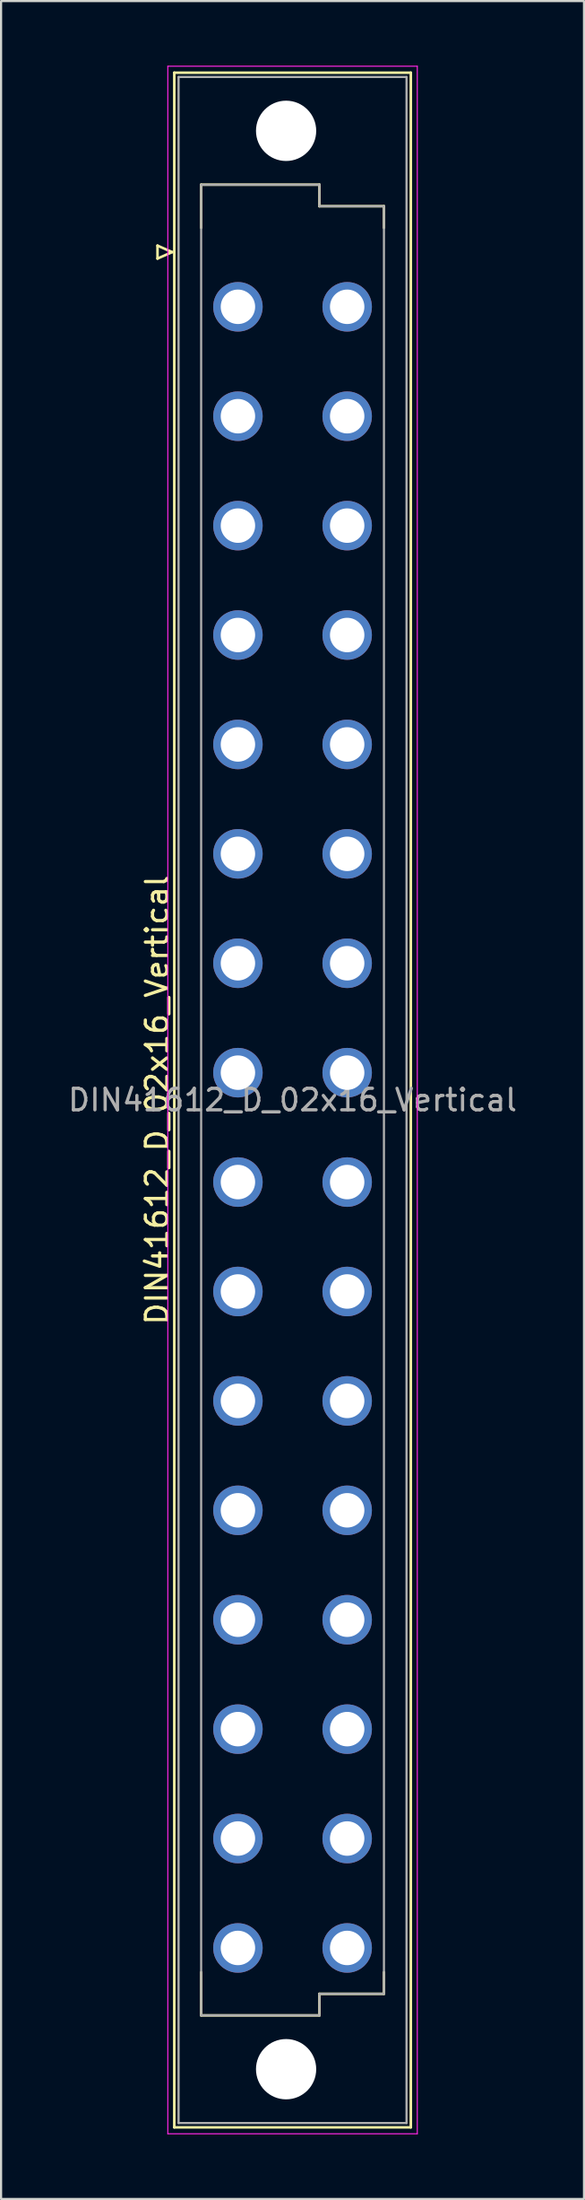
<source format=kicad_pcb>
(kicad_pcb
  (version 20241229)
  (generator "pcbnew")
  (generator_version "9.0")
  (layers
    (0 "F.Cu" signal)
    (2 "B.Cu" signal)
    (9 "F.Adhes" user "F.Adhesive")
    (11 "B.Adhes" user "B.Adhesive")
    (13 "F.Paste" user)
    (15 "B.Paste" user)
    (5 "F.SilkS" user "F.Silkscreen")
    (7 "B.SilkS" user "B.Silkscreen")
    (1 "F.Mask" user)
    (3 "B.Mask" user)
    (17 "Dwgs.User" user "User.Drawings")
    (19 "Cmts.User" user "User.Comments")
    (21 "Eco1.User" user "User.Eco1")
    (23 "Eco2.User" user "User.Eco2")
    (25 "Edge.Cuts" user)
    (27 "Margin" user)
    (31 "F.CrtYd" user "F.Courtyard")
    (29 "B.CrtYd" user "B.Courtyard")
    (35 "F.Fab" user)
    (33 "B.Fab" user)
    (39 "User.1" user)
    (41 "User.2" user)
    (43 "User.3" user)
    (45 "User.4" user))
  (footprint "DIN41612_D_02x16_Vertical"
    (layer "F.Cu")
    (at 8.014 8.655)
    (property "Reference" "DIN41612_D_02x16_Vertical" (at -3.76 39.37 90) (layer "F.SilkS") (effects (font (size 1 1) (thickness 0.15))))
    (attr through_hole)
    (fp_line (start -3.74 -0.3) (end -3.74 0.3) (stroke (width 0.12) (type solid)) (layer "F.SilkS"))
    (fp_line (start -3.74 0.3) (end -3.06 0) (stroke (width 0.12) (type solid)) (layer "F.SilkS"))
    (fp_line (start -3.06 0) (end -3.74 -0.3) (stroke (width 0.12) (type solid)) (layer "F.SilkS"))
    (fp_line (start -2.96 -8.33) (end 8.04 -8.33) (stroke (width 0.12) (type solid)) (layer "F.SilkS"))
    (fp_line (start -2.96 87.07) (end -2.96 -8.33) (stroke (width 0.12) (type solid)) (layer "F.SilkS"))
    (fp_line (start -1.71 -3.13) (end 3.79 -3.13) (stroke (width 0.12) (type solid)) (layer "F.SilkS"))
    (fp_line (start -1.71 -1.13) (end -1.71 -3.13) (stroke (width 0.12) (type solid)) (layer "F.SilkS"))
    (fp_line (start -1.71 79.87) (end -1.71 81.87) (stroke (width 0.12) (type solid)) (layer "F.SilkS"))
    (fp_line (start -1.71 81.87) (end 3.79 81.87) (stroke (width 0.12) (type solid)) (layer "F.SilkS"))
    (fp_line (start 3.79 -3.13) (end 3.79 -2.13) (stroke (width 0.12) (type solid)) (layer "F.SilkS"))
    (fp_line (start 3.79 -2.13) (end 6.79 -2.13) (stroke (width 0.12) (type solid)) (layer "F.SilkS"))
    (fp_line (start 3.79 80.87) (end 6.79 80.87) (stroke (width 0.12) (type solid)) (layer "F.SilkS"))
    (fp_line (start 3.79 81.87) (end 3.79 80.87) (stroke (width 0.12) (type solid)) (layer "F.SilkS"))
    (fp_line (start 6.79 -2.13) (end 6.79 -1.13) (stroke (width 0.12) (type solid)) (layer "F.SilkS"))
    (fp_line (start 6.79 80.87) (end 6.79 79.87) (stroke (width 0.12) (type solid)) (layer "F.SilkS"))
    (fp_line (start 8.04 -8.33) (end 8.04 87.07) (stroke (width 0.12) (type solid)) (layer "F.SilkS"))
    (fp_line (start 8.04 87.07) (end -2.96 87.07) (stroke (width 0.12) (type solid)) (layer "F.SilkS"))
    (fp_line (start -3.26 -8.63) (end 8.34 -8.63) (stroke (width 0.05) (type solid)) (layer "F.CrtYd"))
    (fp_line (start -3.26 87.37) (end -3.26 -8.63) (stroke (width 0.05) (type solid)) (layer "F.CrtYd"))
    (fp_line (start 8.34 -8.63) (end 8.34 87.37) (stroke (width 0.05) (type solid)) (layer "F.CrtYd"))
    (fp_line (start 8.34 87.37) (end -3.26 87.37) (stroke (width 0.05) (type solid)) (layer "F.CrtYd"))
    (fp_line (start -2.76 -8.13) (end 7.84 -8.13) (stroke (width 0.1) (type solid)) (layer "F.Fab"))
    (fp_line (start -2.76 86.87) (end -2.76 -8.13) (stroke (width 0.1) (type solid)) (layer "F.Fab"))
    (fp_line (start -1.71 -3.13) (end 3.79 -3.13) (stroke (width 0.1) (type solid)) (layer "F.Fab"))
    (fp_line (start -1.71 81.87) (end -1.71 -3.13) (stroke (width 0.1) (type solid)) (layer "F.Fab"))
    (fp_line (start 3.79 -3.13) (end 3.79 -2.13) (stroke (width 0.1) (type solid)) (layer "F.Fab"))
    (fp_line (start 3.79 -2.13) (end 6.79 -2.13) (stroke (width 0.1) (type solid)) (layer "F.Fab"))
    (fp_line (start 3.79 80.87) (end 3.79 81.87) (stroke (width 0.1) (type solid)) (layer "F.Fab"))
    (fp_line (start 3.79 81.87) (end -1.71 81.87) (stroke (width 0.1) (type solid)) (layer "F.Fab"))
    (fp_line (start 6.79 -2.13) (end 6.79 80.87) (stroke (width 0.1) (type solid)) (layer "F.Fab"))
    (fp_line (start 6.79 80.87) (end 3.79 80.87) (stroke (width 0.1) (type solid)) (layer "F.Fab"))
    (fp_line (start 7.84 -8.13) (end 7.84 86.87) (stroke (width 0.1) (type solid)) (layer "F.Fab"))
    (fp_line (start 7.84 86.87) (end -2.76 86.87) (stroke (width 0.1) (type solid)) (layer "F.Fab"))
    (fp_text user "${REFERENCE}" (at 2.54 39.37 0) (layer "F.Fab") (effects (font (size 1 1) (thickness 0.15))))
    (pad "" np_thru_hole circle (at 2.24 -5.63) (size 2.8 2.8) (drill 2.8) (layers "*.Cu" "*.Mask"))
    (pad "" np_thru_hole circle (at 2.24 84.37) (size 2.8 2.8) (drill 2.8) (layers "*.Cu" "*.Mask"))
    (pad "a2" thru_hole circle (at 0 2.54) (size 2.3 2.3) (drill 1.6) (layers "*.Cu" "*.Mask"))
    (pad "a4" thru_hole circle (at 0 7.62) (size 2.3 2.3) (drill 1.6) (layers "*.Cu" "*.Mask"))
    (pad "a6" thru_hole circle (at 0 12.7) (size 2.3 2.3) (drill 1.6) (layers "*.Cu" "*.Mask"))
    (pad "a8" thru_hole circle (at 0 17.78) (size 2.3 2.3) (drill 1.6) (layers "*.Cu" "*.Mask"))
    (pad "a10" thru_hole circle (at 0 22.86) (size 2.3 2.3) (drill 1.6) (layers "*.Cu" "*.Mask"))
    (pad "a12" thru_hole circle (at 0 27.94) (size 2.3 2.3) (drill 1.6) (layers "*.Cu" "*.Mask"))
    (pad "a14" thru_hole circle (at 0 33.02) (size 2.3 2.3) (drill 1.6) (layers "*.Cu" "*.Mask"))
    (pad "a16" thru_hole circle (at 0 38.1) (size 2.3 2.3) (drill 1.6) (layers "*.Cu" "*.Mask"))
    (pad "a18" thru_hole circle (at 0 43.18) (size 2.3 2.3) (drill 1.6) (layers "*.Cu" "*.Mask"))
    (pad "a20" thru_hole circle (at 0 48.26) (size 2.3 2.3) (drill 1.6) (layers "*.Cu" "*.Mask"))
    (pad "a22" thru_hole circle (at 0 53.34) (size 2.3 2.3) (drill 1.6) (layers "*.Cu" "*.Mask"))
    (pad "a24" thru_hole circle (at 0 58.42) (size 2.3 2.3) (drill 1.6) (layers "*.Cu" "*.Mask"))
    (pad "a26" thru_hole circle (at 0 63.5) (size 2.3 2.3) (drill 1.6) (layers "*.Cu" "*.Mask"))
    (pad "a28" thru_hole circle (at 0 68.58) (size 2.3 2.3) (drill 1.6) (layers "*.Cu" "*.Mask"))
    (pad "a30" thru_hole circle (at 0 73.66) (size 2.3 2.3) (drill 1.6) (layers "*.Cu" "*.Mask"))
    (pad "a32" thru_hole circle (at 0 78.74) (size 2.3 2.3) (drill 1.6) (layers "*.Cu" "*.Mask"))
    (pad "c2" thru_hole circle (at 5.08 2.54) (size 2.3 2.3) (drill 1.6) (layers "*.Cu" "*.Mask"))
    (pad "c4" thru_hole circle (at 5.08 7.62) (size 2.3 2.3) (drill 1.6) (layers "*.Cu" "*.Mask"))
    (pad "c6" thru_hole circle (at 5.08 12.7) (size 2.3 2.3) (drill 1.6) (layers "*.Cu" "*.Mask"))
    (pad "c8" thru_hole circle (at 5.08 17.78) (size 2.3 2.3) (drill 1.6) (layers "*.Cu" "*.Mask"))
    (pad "c10" thru_hole circle (at 5.08 22.86) (size 2.3 2.3) (drill 1.6) (layers "*.Cu" "*.Mask"))
    (pad "c12" thru_hole circle (at 5.08 27.94) (size 2.3 2.3) (drill 1.6) (layers "*.Cu" "*.Mask"))
    (pad "c14" thru_hole circle (at 5.08 33.02) (size 2.3 2.3) (drill 1.6) (layers "*.Cu" "*.Mask"))
    (pad "c16" thru_hole circle (at 5.08 38.1) (size 2.3 2.3) (drill 1.6) (layers "*.Cu" "*.Mask"))
    (pad "c18" thru_hole circle (at 5.08 43.18) (size 2.3 2.3) (drill 1.6) (layers "*.Cu" "*.Mask"))
    (pad "c20" thru_hole circle (at 5.08 48.26) (size 2.3 2.3) (drill 1.6) (layers "*.Cu" "*.Mask"))
    (pad "c22" thru_hole circle (at 5.08 53.34) (size 2.3 2.3) (drill 1.6) (layers "*.Cu" "*.Mask"))
    (pad "c24" thru_hole circle (at 5.08 58.42) (size 2.3 2.3) (drill 1.6) (layers "*.Cu" "*.Mask"))
    (pad "c26" thru_hole circle (at 5.08 63.5) (size 2.3 2.3) (drill 1.6) (layers "*.Cu" "*.Mask"))
    (pad "c28" thru_hole circle (at 5.08 68.58) (size 2.3 2.3) (drill 1.6) (layers "*.Cu" "*.Mask"))
    (pad "c30" thru_hole circle (at 5.08 73.66) (size 2.3 2.3) (drill 1.6) (layers "*.Cu" "*.Mask"))
    (pad "c32" thru_hole circle (at 5.08 78.74) (size 2.3 2.3) (drill 1.6) (layers "*.Cu" "*.Mask")))
  (gr_rect
    (start -3 -3)
    (end 24.107 99.05)
    (stroke (width 0.1) (type default))
    (fill no)
    (layer "Edge.Cuts")))
</source>
